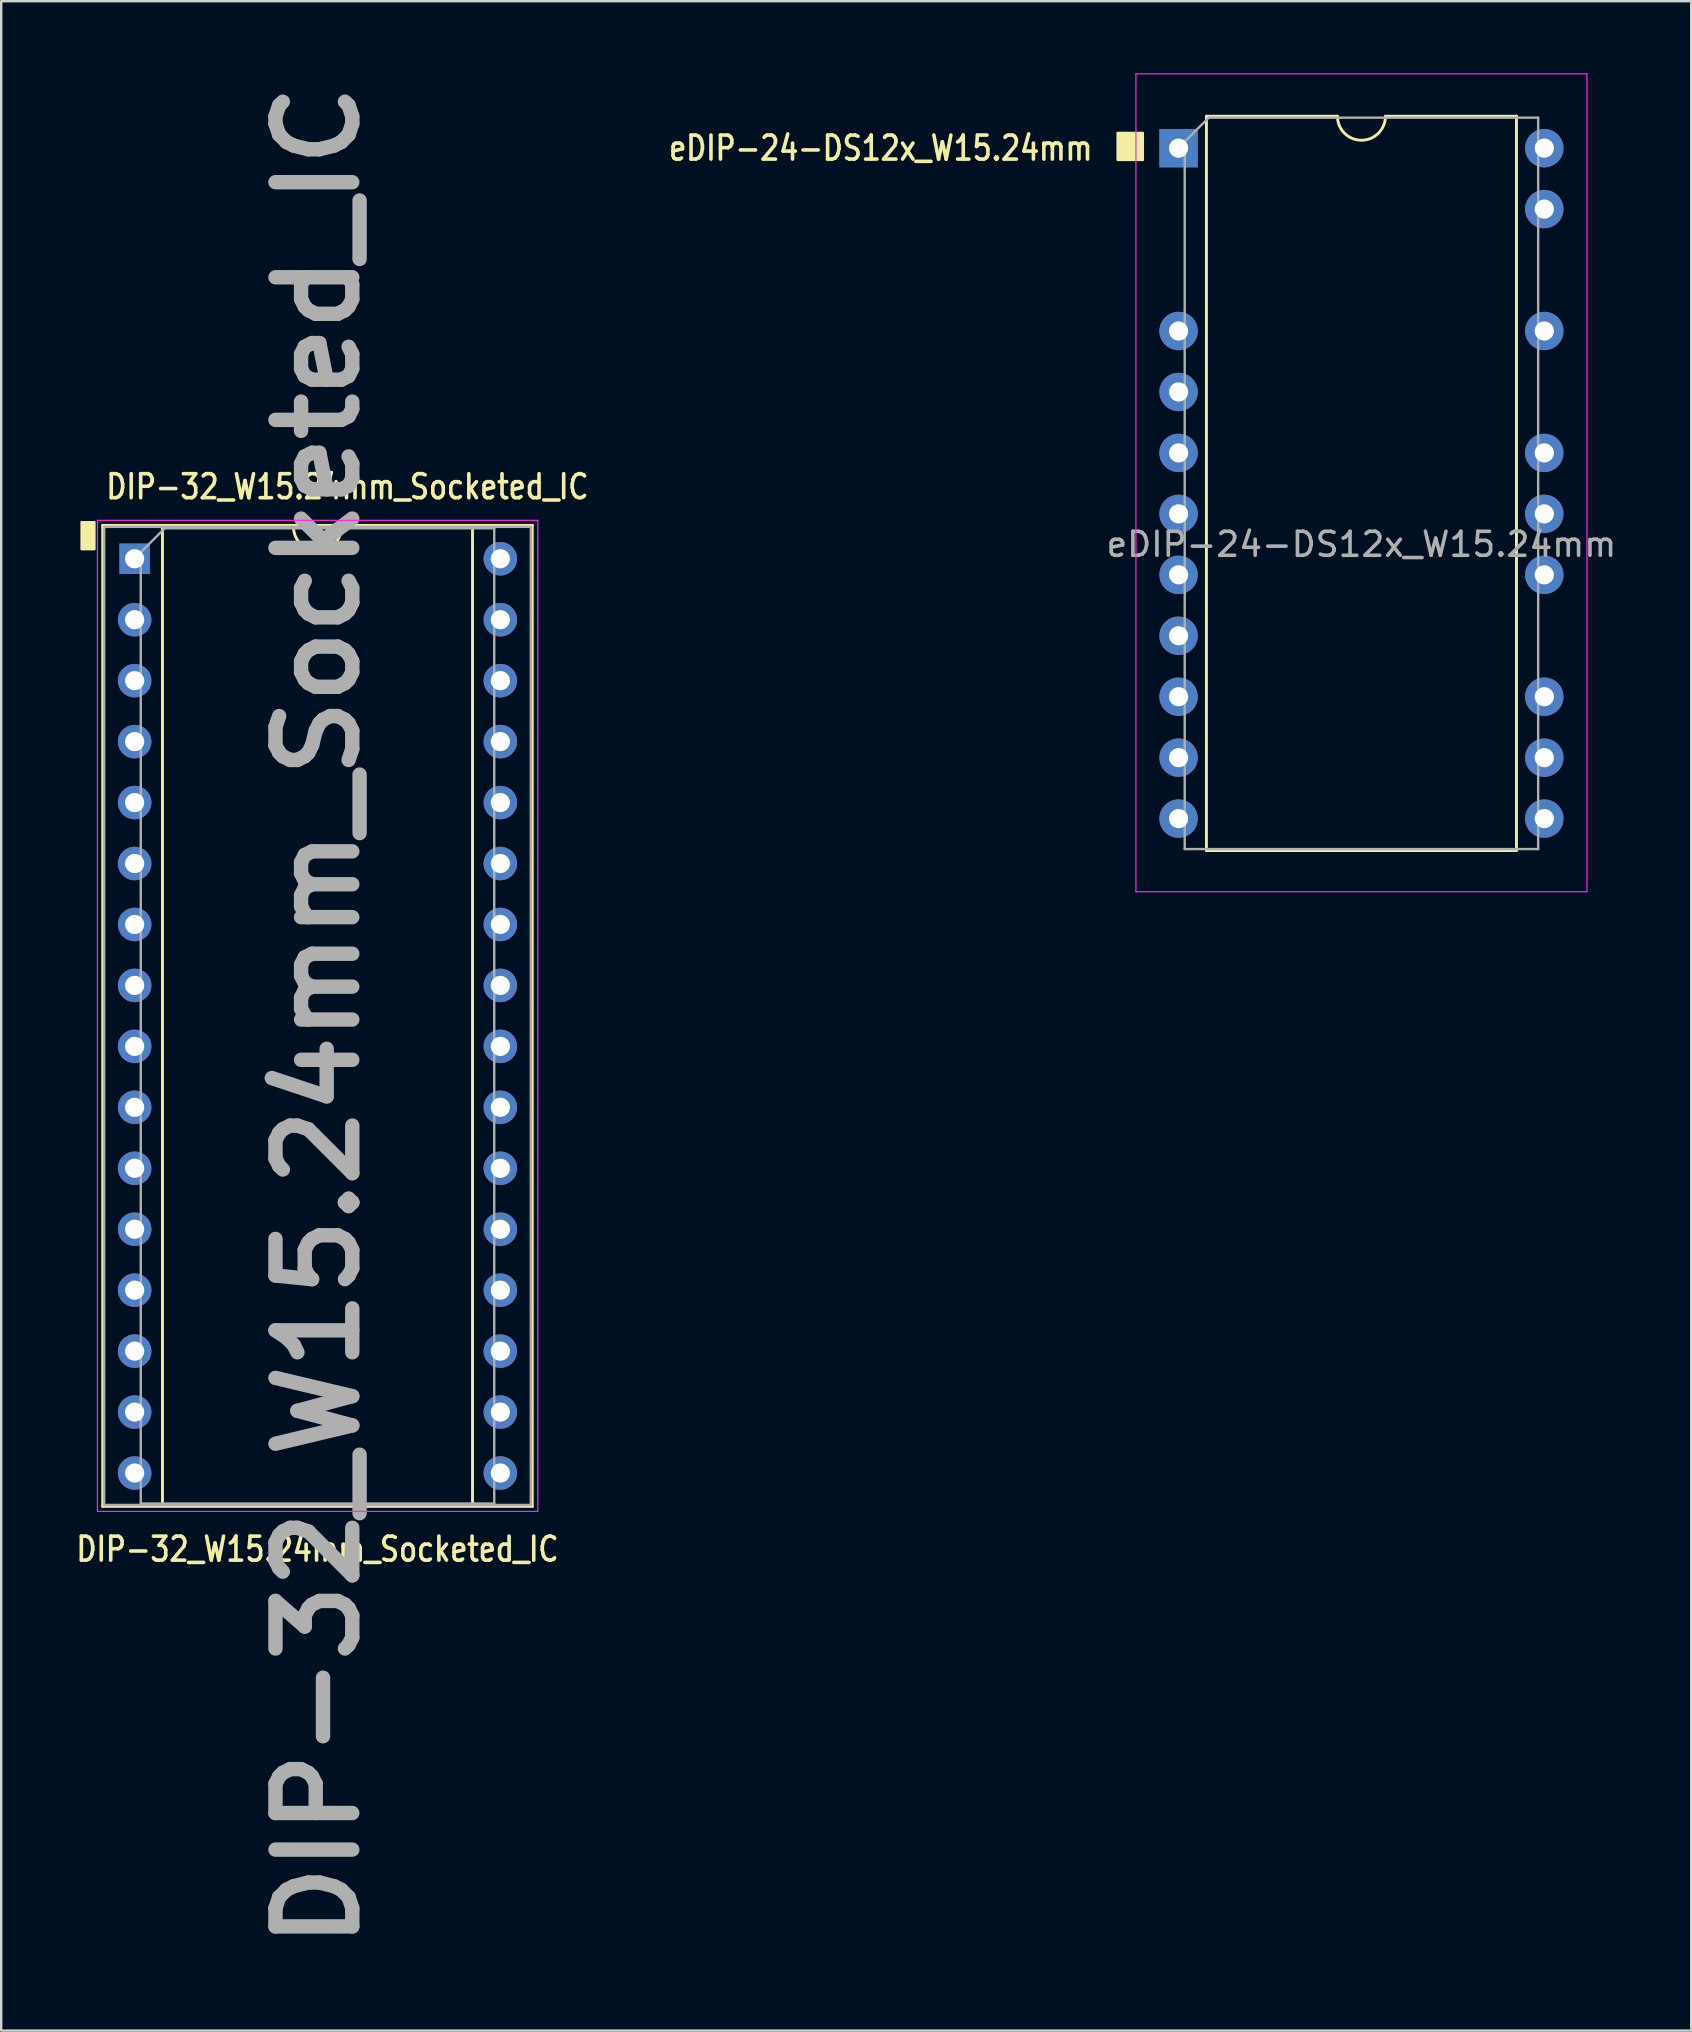
<source format=kicad_pcb>
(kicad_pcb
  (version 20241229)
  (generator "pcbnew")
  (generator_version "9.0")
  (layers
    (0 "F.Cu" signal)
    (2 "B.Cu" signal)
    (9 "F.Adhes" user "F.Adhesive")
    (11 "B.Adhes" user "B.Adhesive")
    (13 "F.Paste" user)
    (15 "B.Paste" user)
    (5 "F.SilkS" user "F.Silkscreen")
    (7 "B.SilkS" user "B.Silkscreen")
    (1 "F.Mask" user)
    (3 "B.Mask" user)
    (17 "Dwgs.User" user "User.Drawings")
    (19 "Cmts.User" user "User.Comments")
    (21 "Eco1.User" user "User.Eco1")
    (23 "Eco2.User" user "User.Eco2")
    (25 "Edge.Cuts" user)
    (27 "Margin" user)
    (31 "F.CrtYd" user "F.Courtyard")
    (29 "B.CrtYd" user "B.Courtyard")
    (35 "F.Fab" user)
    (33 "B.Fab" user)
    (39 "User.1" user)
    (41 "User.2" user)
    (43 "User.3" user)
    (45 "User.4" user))
  (footprint "DIP-32_W15.24mm_Socketed_IC"
    (layer "F.Cu")
    (at 2.561 20.235)
    (property "Reference" "DIP-32_W15.24mm_Socketed_IC" (at -1.27 -3 0) (layer "F.SilkS") (effects (font (size 1 0.83) (thickness 0.15)) (justify left)))
    (property "Value" "DIP-32_W15.24mm_Socketed_IC" (at 7.62 41.275 0) (layer "F.Fab") (hide yes) (effects (font (size 1 0.83) (thickness 0.15))))
    (attr through_hole)
    (fp_line (start -1.33 -1.39) (end -1.33 39.49) (stroke (width 0.12) (type solid)) (layer "F.SilkS"))
    (fp_line (start -1.33 39.49) (end 16.57 39.49) (stroke (width 0.12) (type solid)) (layer "F.SilkS"))
    (fp_line (start 1.16 -1.33) (end 1.16 39.43) (stroke (width 0.12) (type solid)) (layer "F.SilkS"))
    (fp_line (start 1.16 39.43) (end 14.08 39.43) (stroke (width 0.12) (type solid)) (layer "F.SilkS"))
    (fp_line (start 6.62 -1.33) (end 1.16 -1.33) (stroke (width 0.12) (type solid)) (layer "F.SilkS"))
    (fp_line (start 14.08 -1.33) (end 8.62 -1.33) (stroke (width 0.12) (type solid)) (layer "F.SilkS"))
    (fp_line (start 14.08 39.43) (end 14.08 -1.33) (stroke (width 0.12) (type solid)) (layer "F.SilkS"))
    (fp_line (start 16.57 -1.39) (end -1.33 -1.39) (stroke (width 0.12) (type solid)) (layer "F.SilkS"))
    (fp_line (start 16.57 39.49) (end 16.57 -1.39) (stroke (width 0.12) (type solid)) (layer "F.SilkS"))
    (fp_arc (start 8.62 -1.33) (mid 7.62 -0.33) (end 6.62 -1.33) (stroke (width 0.12) (type solid)) (layer "F.SilkS"))
    (fp_poly (pts (xy -2.21 -1.524) (xy -2.21 -0.399) (xy -1.676 -0.399) (xy -1.676 -1.524)) (stroke (width 0.1) (type solid)) (fill yes) (layer "F.SilkS"))
    (fp_line (start -1.55 -1.6) (end -1.55 39.7) (stroke (width 0.05) (type solid)) (layer "F.CrtYd"))
    (fp_line (start -1.55 39.7) (end 16.8 39.7) (stroke (width 0.05) (type solid)) (layer "F.CrtYd"))
    (fp_line (start 16.8 -1.6) (end -1.55 -1.6) (stroke (width 0.05) (type solid)) (layer "F.CrtYd"))
    (fp_line (start 16.8 39.7) (end 16.8 -1.6) (stroke (width 0.05) (type solid)) (layer "F.CrtYd"))
    (fp_line (start -1.27 -1.33) (end -1.27 39.43) (stroke (width 0.1) (type solid)) (layer "F.Fab"))
    (fp_line (start -1.27 39.43) (end 16.51 39.43) (stroke (width 0.1) (type solid)) (layer "F.Fab"))
    (fp_line (start 0.255 -0.27) (end 1.255 -1.27) (stroke (width 0.1) (type solid)) (layer "F.Fab"))
    (fp_line (start 0.255 39.37) (end 0.255 -0.27) (stroke (width 0.1) (type solid)) (layer "F.Fab"))
    (fp_line (start 1.255 -1.27) (end 14.985 -1.27) (stroke (width 0.1) (type solid)) (layer "F.Fab"))
    (fp_line (start 14.985 -1.27) (end 14.985 39.37) (stroke (width 0.1) (type solid)) (layer "F.Fab"))
    (fp_line (start 14.985 39.37) (end 0.255 39.37) (stroke (width 0.1) (type solid)) (layer "F.Fab"))
    (fp_line (start 16.51 -1.33) (end -1.27 -1.33) (stroke (width 0.1) (type solid)) (layer "F.Fab"))
    (fp_line (start 16.51 39.43) (end 16.51 -1.33) (stroke (width 0.1) (type solid)) (layer "F.Fab"))
    (fp_text user "${VALUE}" (at 7.62 41.275 0) (layer "F.SilkS") (effects (font (size 1 0.83) (thickness 0.15))))
    (fp_text user "${REFERENCE}" (at 7.62 19.05 90) (layer "F.Fab") (effects (font (size 3.2 3.2) (thickness 0.6))))
    (pad "1" thru_hole rect (at 0 0) (size 1.27 1.27) (drill 0.8) (layers "*.Cu" "*.Mask"))
    (pad "2" thru_hole oval (at 0 2.54) (size 1.397 1.397) (drill 0.8) (layers "*.Cu" "*.Mask"))
    (pad "3" thru_hole oval (at 0 5.08) (size 1.397 1.397) (drill 0.8) (layers "*.Cu" "*.Mask"))
    (pad "4" thru_hole oval (at 0 7.62) (size 1.397 1.397) (drill 0.8) (layers "*.Cu" "*.Mask"))
    (pad "5" thru_hole oval (at 0 10.16) (size 1.397 1.397) (drill 0.8) (layers "*.Cu" "*.Mask"))
    (pad "6" thru_hole oval (at 0 12.7) (size 1.397 1.397) (drill 0.8) (layers "*.Cu" "*.Mask"))
    (pad "7" thru_hole oval (at 0 15.24) (size 1.397 1.397) (drill 0.8) (layers "*.Cu" "*.Mask"))
    (pad "8" thru_hole oval (at 0 17.78) (size 1.397 1.397) (drill 0.8) (layers "*.Cu" "*.Mask"))
    (pad "9" thru_hole oval (at 0 20.32) (size 1.397 1.397) (drill 0.8) (layers "*.Cu" "*.Mask"))
    (pad "10" thru_hole oval (at 0 22.86) (size 1.397 1.397) (drill 0.8) (layers "*.Cu" "*.Mask"))
    (pad "11" thru_hole oval (at 0 25.4) (size 1.397 1.397) (drill 0.8) (layers "*.Cu" "*.Mask"))
    (pad "12" thru_hole oval (at 0 27.94) (size 1.397 1.397) (drill 0.8) (layers "*.Cu" "*.Mask"))
    (pad "13" thru_hole oval (at 0 30.48) (size 1.397 1.397) (drill 0.8) (layers "*.Cu" "*.Mask"))
    (pad "14" thru_hole oval (at 0 33.02) (size 1.397 1.397) (drill 0.8) (layers "*.Cu" "*.Mask"))
    (pad "15" thru_hole oval (at 0 35.56) (size 1.397 1.397) (drill 0.8) (layers "*.Cu" "*.Mask"))
    (pad "16" thru_hole oval (at 0 38.1) (size 1.397 1.397) (drill 0.8) (layers "*.Cu" "*.Mask"))
    (pad "17" thru_hole oval (at 15.24 38.1) (size 1.397 1.397) (drill 0.8) (layers "*.Cu" "*.Mask"))
    (pad "18" thru_hole oval (at 15.24 35.56) (size 1.397 1.397) (drill 0.8) (layers "*.Cu" "*.Mask"))
    (pad "19" thru_hole oval (at 15.24 33.02) (size 1.397 1.397) (drill 0.8) (layers "*.Cu" "*.Mask"))
    (pad "20" thru_hole oval (at 15.24 30.48) (size 1.397 1.397) (drill 0.8) (layers "*.Cu" "*.Mask"))
    (pad "21" thru_hole oval (at 15.24 27.94) (size 1.397 1.397) (drill 0.8) (layers "*.Cu" "*.Mask"))
    (pad "22" thru_hole oval (at 15.24 25.4) (size 1.397 1.397) (drill 0.8) (layers "*.Cu" "*.Mask"))
    (pad "23" thru_hole oval (at 15.24 22.86) (size 1.397 1.397) (drill 0.8) (layers "*.Cu" "*.Mask"))
    (pad "24" thru_hole oval (at 15.24 20.32) (size 1.397 1.397) (drill 0.8) (layers "*.Cu" "*.Mask"))
    (pad "25" thru_hole oval (at 15.24 17.78) (size 1.397 1.397) (drill 0.8) (layers "*.Cu" "*.Mask"))
    (pad "26" thru_hole oval (at 15.24 15.24) (size 1.397 1.397) (drill 0.8) (layers "*.Cu" "*.Mask"))
    (pad "27" thru_hole oval (at 15.24 12.7) (size 1.397 1.397) (drill 0.8) (layers "*.Cu" "*.Mask"))
    (pad "28" thru_hole oval (at 15.24 10.16) (size 1.397 1.397) (drill 0.8) (layers "*.Cu" "*.Mask"))
    (pad "29" thru_hole oval (at 15.24 7.62) (size 1.397 1.397) (drill 0.8) (layers "*.Cu" "*.Mask"))
    (pad "30" thru_hole oval (at 15.24 5.08) (size 1.397 1.397) (drill 0.8) (layers "*.Cu" "*.Mask"))
    (pad "31" thru_hole oval (at 15.24 2.54) (size 1.397 1.397) (drill 0.8) (layers "*.Cu" "*.Mask"))
    (pad "32" thru_hole oval (at 15.24 0) (size 1.397 1.397) (drill 0.8) (layers "*.Cu" "*.Mask")))
  (footprint "eDIP-24-DS12x_W15.24mm"
    (layer "F.Cu")
    (at 46.065 3.124)
    (property "Reference" "eDIP-24-DS12x_W15.24mm" (at -3.5 0 180) (layer "F.SilkS") (effects (font (size 1 0.83) (thickness 0.15)) (justify right)))
    (attr through_hole)
    (fp_line (start 1.16 -1.33) (end 1.16 29.27) (stroke (width 0.12) (type solid)) (layer "F.SilkS"))
    (fp_line (start 1.16 29.27) (end 14.08 29.27) (stroke (width 0.12) (type solid)) (layer "F.SilkS"))
    (fp_line (start 6.62 -1.33) (end 1.16 -1.33) (stroke (width 0.12) (type solid)) (layer "F.SilkS"))
    (fp_line (start 14.08 -1.33) (end 8.62 -1.33) (stroke (width 0.12) (type solid)) (layer "F.SilkS"))
    (fp_line (start 14.08 29.27) (end 14.08 -1.33) (stroke (width 0.12) (type solid)) (layer "F.SilkS"))
    (fp_arc (start 8.62 -1.33) (mid 7.62 -0.33) (end 6.62 -1.33) (stroke (width 0.12) (type solid)) (layer "F.SilkS"))
    (fp_poly (pts (xy -2.54 -0.635) (xy -2.54 0.49) (xy -1.49 0.49) (xy -1.49 -0.635)) (stroke (width 0.1) (type solid)) (fill yes) (layer "F.SilkS"))
    (fp_line (start -1.778 -3.099) (end -1.778 30.988) (stroke (width 0.05) (type solid)) (layer "F.CrtYd"))
    (fp_line (start -1.778 30.988) (end 17.018 30.988) (stroke (width 0.05) (type solid)) (layer "F.CrtYd"))
    (fp_line (start 17.018 -3.099) (end -1.778 -3.099) (stroke (width 0.05) (type solid)) (layer "F.CrtYd"))
    (fp_line (start 17.018 30.988) (end 17.018 -3.099) (stroke (width 0.05) (type solid)) (layer "F.CrtYd"))
    (fp_line (start 0.255 -0.27) (end 1.255 -1.27) (stroke (width 0.1) (type solid)) (layer "F.Fab"))
    (fp_line (start 0.255 29.21) (end 0.255 -0.27) (stroke (width 0.1) (type solid)) (layer "F.Fab"))
    (fp_line (start 1.255 -1.27) (end 14.985 -1.27) (stroke (width 0.1) (type solid)) (layer "F.Fab"))
    (fp_line (start 14.985 -1.27) (end 14.985 29.21) (stroke (width 0.1) (type solid)) (layer "F.Fab"))
    (fp_line (start 14.985 29.21) (end 0.255 29.21) (stroke (width 0.1) (type solid)) (layer "F.Fab"))
    (fp_text user "${REFERENCE}" (at 7.62 16.51 0) (layer "F.Fab") (effects (font (size 1 1) (thickness 0.15))))
    (pad "1" thru_hole rect (at 0 0) (size 1.6 1.6) (drill 0.8) (layers "*.Cu" "*.Mask"))
    (pad "4" thru_hole oval (at 0 7.62) (size 1.6 1.6) (drill 0.8) (layers "*.Cu" "*.Mask"))
    (pad "5" thru_hole oval (at 0 10.16) (size 1.6 1.6) (drill 0.8) (layers "*.Cu" "*.Mask"))
    (pad "6" thru_hole oval (at 0 12.7) (size 1.6 1.6) (drill 0.8) (layers "*.Cu" "*.Mask"))
    (pad "7" thru_hole oval (at 0 15.24) (size 1.6 1.6) (drill 0.8) (layers "*.Cu" "*.Mask"))
    (pad "8" thru_hole oval (at 0 17.78) (size 1.6 1.6) (drill 0.8) (layers "*.Cu" "*.Mask"))
    (pad "9" thru_hole oval (at 0 20.32) (size 1.6 1.6) (drill 0.8) (layers "*.Cu" "*.Mask"))
    (pad "10" thru_hole oval (at 0 22.86) (size 1.6 1.6) (drill 0.8) (layers "*.Cu" "*.Mask"))
    (pad "11" thru_hole oval (at 0 25.4) (size 1.6 1.6) (drill 0.8) (layers "*.Cu" "*.Mask"))
    (pad "12" thru_hole oval (at 0 27.94) (size 1.6 1.6) (drill 0.8) (layers "*.Cu" "*.Mask"))
    (pad "13" thru_hole oval (at 15.24 27.94) (size 1.6 1.6) (drill 0.8) (layers "*.Cu" "*.Mask"))
    (pad "14" thru_hole oval (at 15.24 25.4) (size 1.6 1.6) (drill 0.8) (layers "*.Cu" "*.Mask"))
    (pad "15" thru_hole oval (at 15.24 22.86) (size 1.6 1.6) (drill 0.8) (layers "*.Cu" "*.Mask"))
    (pad "17" thru_hole oval (at 15.24 17.78) (size 1.6 1.6) (drill 0.8) (layers "*.Cu" "*.Mask"))
    (pad "18" thru_hole oval (at 15.24 15.24) (size 1.6 1.6) (drill 0.8) (layers "*.Cu" "*.Mask"))
    (pad "19" thru_hole oval (at 15.24 12.7) (size 1.6 1.6) (drill 0.8) (layers "*.Cu" "*.Mask"))
    (pad "21" thru_hole oval (at 15.24 7.62) (size 1.6 1.6) (drill 0.8) (layers "*.Cu" "*.Mask"))
    (pad "23" thru_hole oval (at 15.24 2.54) (size 1.6 1.6) (drill 0.8) (layers "*.Cu" "*.Mask"))
    (pad "24" thru_hole oval (at 15.24 0) (size 1.6 1.6) (drill 0.8) (layers "*.Cu" "*.Mask")))
  (gr_rect
    (start -3 -3)
    (end 67.429 81.57)
    (stroke (width 0.1) (type default))
    (fill no)
    (layer "Edge.Cuts")))
</source>
